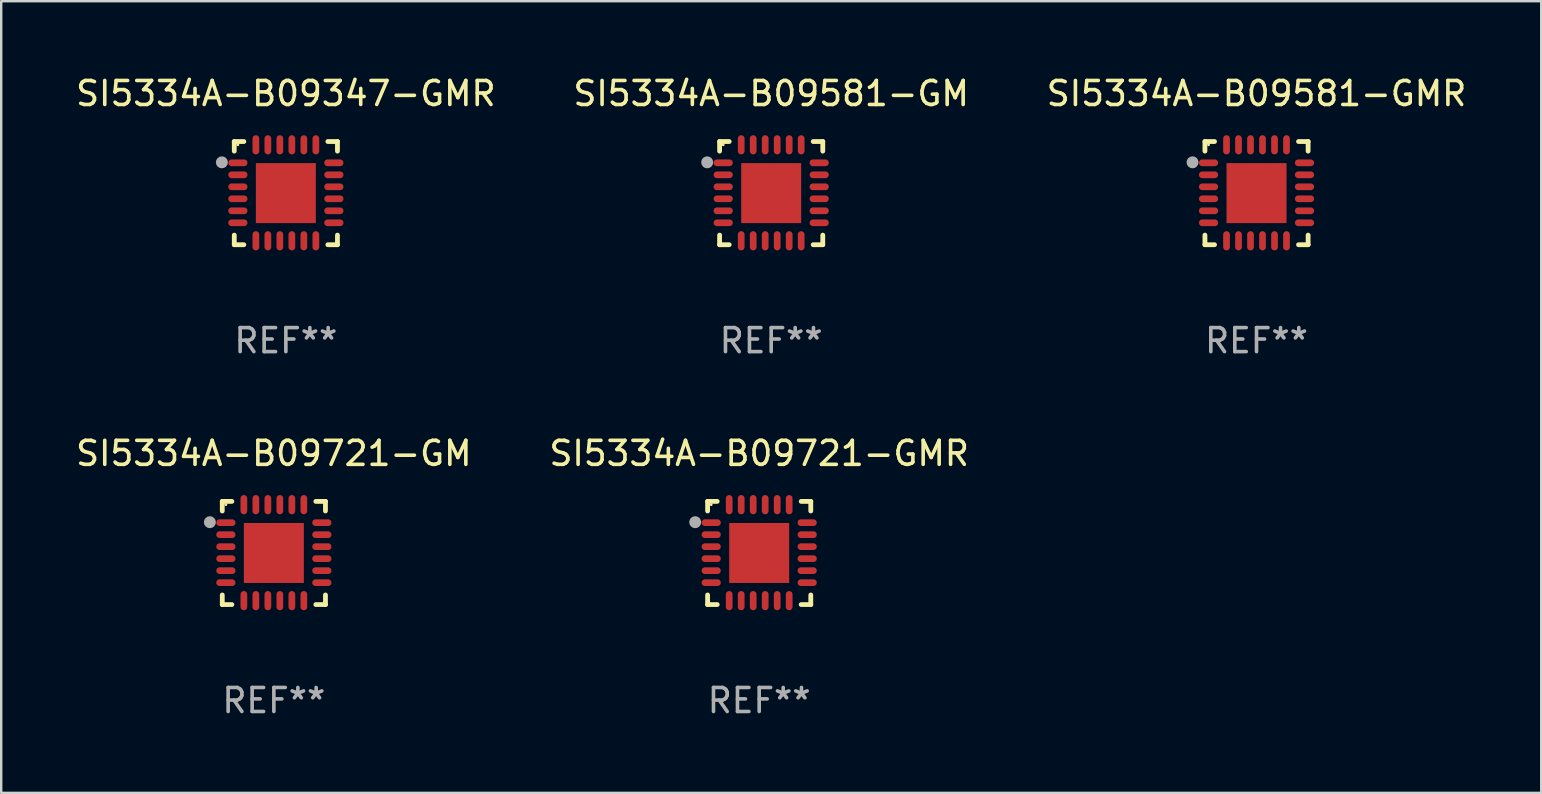
<source format=kicad_pcb>
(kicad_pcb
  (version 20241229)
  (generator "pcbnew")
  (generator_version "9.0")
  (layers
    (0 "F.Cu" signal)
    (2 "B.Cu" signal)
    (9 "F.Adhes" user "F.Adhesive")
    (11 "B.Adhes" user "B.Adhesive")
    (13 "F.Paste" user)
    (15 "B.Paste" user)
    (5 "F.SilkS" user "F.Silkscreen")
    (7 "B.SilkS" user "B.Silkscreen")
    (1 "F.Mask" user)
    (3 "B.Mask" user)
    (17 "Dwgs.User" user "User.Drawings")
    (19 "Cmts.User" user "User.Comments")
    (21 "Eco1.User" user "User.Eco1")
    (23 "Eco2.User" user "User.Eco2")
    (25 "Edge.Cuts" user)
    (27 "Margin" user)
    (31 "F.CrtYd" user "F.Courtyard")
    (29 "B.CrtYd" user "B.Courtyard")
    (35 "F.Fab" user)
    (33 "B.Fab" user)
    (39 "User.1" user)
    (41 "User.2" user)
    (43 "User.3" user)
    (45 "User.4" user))
  (footprint "SI5334A-B09347-GMR"
    (layer "F.Cu")
    (at 8.863 4.998)
    (property "Reference" "SI5334A-B09347-GMR" (at 0 -4.15 0) (layer "F.SilkS") (effects (font (size 1 1) (thickness 0.15))))
    (attr through_hole)
    (fp_line (start -2.15 -2.15) (end -1.75 -2.15) (stroke (width 0.2) (type solid)) (layer "F.SilkS"))
    (fp_line (start -2.15 -1.75) (end -2.15 -2.15) (stroke (width 0.2) (type solid)) (layer "F.SilkS"))
    (fp_line (start -2.15 2.15) (end -2.15 1.75) (stroke (width 0.2) (type solid)) (layer "F.SilkS"))
    (fp_line (start -1.75 2.15) (end -2.15 2.15) (stroke (width 0.2) (type solid)) (layer "F.SilkS"))
    (fp_line (start 1.75 -2.15) (end 2.15 -2.15) (stroke (width 0.2) (type solid)) (layer "F.SilkS"))
    (fp_line (start 1.75 2.15) (end 2.15 2.15) (stroke (width 0.2) (type solid)) (layer "F.SilkS"))
    (fp_line (start 2.15 -2.15) (end 2.15 -1.75) (stroke (width 0.2) (type solid)) (layer "F.SilkS"))
    (fp_line (start 2.15 2.15) (end 2.15 1.75) (stroke (width 0.2) (type solid)) (layer "F.SilkS"))
    (fp_circle (center -2 -2.013) (end -1.97 -2.013) (stroke (width 0.06) (type solid)) (fill no) (layer "F.SilkS"))
    (fp_circle (center -2.667 -1.283) (end -2.542 -1.283) (stroke (width 0.25) (type solid)) (fill no) (layer "F.Fab"))
    (fp_text user "REF**" (at 0 6.15 0) (layer "F.Fab") (effects (font (size 1 1) (thickness 0.15))))
    (pad "1" smd oval (at -2 -1.263) (size 0.8 0.28) (layers "F.Cu" "F.Mask" "F.Paste"))
    (pad "2" smd oval (at -2 -0.763) (size 0.8 0.28) (layers "F.Cu" "F.Mask" "F.Paste"))
    (pad "3" smd oval (at -2 -0.263) (size 0.8 0.28) (layers "F.Cu" "F.Mask" "F.Paste"))
    (pad "4" smd oval (at -2 0.237) (size 0.8 0.28) (layers "F.Cu" "F.Mask" "F.Paste"))
    (pad "5" smd oval (at -2 0.737) (size 0.8 0.28) (layers "F.Cu" "F.Mask" "F.Paste"))
    (pad "6" smd oval (at -2 1.237) (size 0.8 0.28) (layers "F.Cu" "F.Mask" "F.Paste"))
    (pad "7" smd oval (at -1.25 1.987) (size 0.28 0.8) (layers "F.Cu" "F.Mask" "F.Paste"))
    (pad "8" smd oval (at -0.75 1.987) (size 0.28 0.8) (layers "F.Cu" "F.Mask" "F.Paste"))
    (pad "9" smd oval (at -0.25 1.987) (size 0.28 0.8) (layers "F.Cu" "F.Mask" "F.Paste"))
    (pad "10" smd oval (at 0.25 1.987) (size 0.28 0.8) (layers "F.Cu" "F.Mask" "F.Paste"))
    (pad "11" smd oval (at 0.75 1.987) (size 0.28 0.8) (layers "F.Cu" "F.Mask" "F.Paste"))
    (pad "12" smd oval (at 1.25 1.987) (size 0.28 0.8) (layers "F.Cu" "F.Mask" "F.Paste"))
    (pad "13" smd oval (at 2 1.237) (size 0.8 0.28) (layers "F.Cu" "F.Mask" "F.Paste"))
    (pad "14" smd oval (at 2 0.737) (size 0.8 0.28) (layers "F.Cu" "F.Mask" "F.Paste"))
    (pad "15" smd oval (at 2 0.237) (size 0.8 0.28) (layers "F.Cu" "F.Mask" "F.Paste"))
    (pad "16" smd oval (at 2 -0.263) (size 0.8 0.28) (layers "F.Cu" "F.Mask" "F.Paste"))
    (pad "17" smd oval (at 2 -0.763) (size 0.8 0.28) (layers "F.Cu" "F.Mask" "F.Paste"))
    (pad "18" smd oval (at 2 -1.263) (size 0.8 0.28) (layers "F.Cu" "F.Mask" "F.Paste"))
    (pad "19" smd oval (at 1.25 -2.013) (size 0.28 0.8) (layers "F.Cu" "F.Mask" "F.Paste"))
    (pad "20" smd oval (at 0.75 -2.013) (size 0.28 0.8) (layers "F.Cu" "F.Mask" "F.Paste"))
    (pad "21" smd oval (at 0.25 -2.013) (size 0.28 0.8) (layers "F.Cu" "F.Mask" "F.Paste"))
    (pad "22" smd oval (at -0.25 -2.013) (size 0.28 0.8) (layers "F.Cu" "F.Mask" "F.Paste"))
    (pad "23" smd oval (at -0.75 -2.013) (size 0.28 0.8) (layers "F.Cu" "F.Mask" "F.Paste"))
    (pad "24" smd oval (at -1.25 -2.013) (size 0.28 0.8) (layers "F.Cu" "F.Mask" "F.Paste"))
    (pad "25" smd rect (at -0.000127 -0.00014) (size 2.5 2.5) (layers "F.Cu" "F.Mask" "F.Paste")))
  (footprint "SI5334A-B09721-GMR"
    (layer "F.Cu")
    (at 28.589 19.995)
    (property "Reference" "SI5334A-B09721-GMR" (at 0 -4.15 0) (layer "F.SilkS") (effects (font (size 1 1) (thickness 0.15))))
    (attr through_hole)
    (fp_line (start -2.15 -2.15) (end -1.75 -2.15) (stroke (width 0.2) (type solid)) (layer "F.SilkS"))
    (fp_line (start -2.15 -1.75) (end -2.15 -2.15) (stroke (width 0.2) (type solid)) (layer "F.SilkS"))
    (fp_line (start -2.15 2.15) (end -2.15 1.75) (stroke (width 0.2) (type solid)) (layer "F.SilkS"))
    (fp_line (start -1.75 2.15) (end -2.15 2.15) (stroke (width 0.2) (type solid)) (layer "F.SilkS"))
    (fp_line (start 1.75 -2.15) (end 2.15 -2.15) (stroke (width 0.2) (type solid)) (layer "F.SilkS"))
    (fp_line (start 1.75 2.15) (end 2.15 2.15) (stroke (width 0.2) (type solid)) (layer "F.SilkS"))
    (fp_line (start 2.15 -2.15) (end 2.15 -1.75) (stroke (width 0.2) (type solid)) (layer "F.SilkS"))
    (fp_line (start 2.15 2.15) (end 2.15 1.75) (stroke (width 0.2) (type solid)) (layer "F.SilkS"))
    (fp_circle (center -2 -2.013) (end -1.97 -2.013) (stroke (width 0.06) (type solid)) (fill no) (layer "F.SilkS"))
    (fp_circle (center -2.667 -1.283) (end -2.542 -1.283) (stroke (width 0.25) (type solid)) (fill no) (layer "F.Fab"))
    (fp_text user "REF**" (at 0 6.15 0) (layer "F.Fab") (effects (font (size 1 1) (thickness 0.15))))
    (pad "1" smd oval (at -2 -1.263) (size 0.8 0.28) (layers "F.Cu" "F.Mask" "F.Paste"))
    (pad "2" smd oval (at -2 -0.763) (size 0.8 0.28) (layers "F.Cu" "F.Mask" "F.Paste"))
    (pad "3" smd oval (at -2 -0.263) (size 0.8 0.28) (layers "F.Cu" "F.Mask" "F.Paste"))
    (pad "4" smd oval (at -2 0.237) (size 0.8 0.28) (layers "F.Cu" "F.Mask" "F.Paste"))
    (pad "5" smd oval (at -2 0.737) (size 0.8 0.28) (layers "F.Cu" "F.Mask" "F.Paste"))
    (pad "6" smd oval (at -2 1.237) (size 0.8 0.28) (layers "F.Cu" "F.Mask" "F.Paste"))
    (pad "7" smd oval (at -1.25 1.987) (size 0.28 0.8) (layers "F.Cu" "F.Mask" "F.Paste"))
    (pad "8" smd oval (at -0.75 1.987) (size 0.28 0.8) (layers "F.Cu" "F.Mask" "F.Paste"))
    (pad "9" smd oval (at -0.25 1.987) (size 0.28 0.8) (layers "F.Cu" "F.Mask" "F.Paste"))
    (pad "10" smd oval (at 0.25 1.987) (size 0.28 0.8) (layers "F.Cu" "F.Mask" "F.Paste"))
    (pad "11" smd oval (at 0.75 1.987) (size 0.28 0.8) (layers "F.Cu" "F.Mask" "F.Paste"))
    (pad "12" smd oval (at 1.25 1.987) (size 0.28 0.8) (layers "F.Cu" "F.Mask" "F.Paste"))
    (pad "13" smd oval (at 2 1.237) (size 0.8 0.28) (layers "F.Cu" "F.Mask" "F.Paste"))
    (pad "14" smd oval (at 2 0.737) (size 0.8 0.28) (layers "F.Cu" "F.Mask" "F.Paste"))
    (pad "15" smd oval (at 2 0.237) (size 0.8 0.28) (layers "F.Cu" "F.Mask" "F.Paste"))
    (pad "16" smd oval (at 2 -0.263) (size 0.8 0.28) (layers "F.Cu" "F.Mask" "F.Paste"))
    (pad "17" smd oval (at 2 -0.763) (size 0.8 0.28) (layers "F.Cu" "F.Mask" "F.Paste"))
    (pad "18" smd oval (at 2 -1.263) (size 0.8 0.28) (layers "F.Cu" "F.Mask" "F.Paste"))
    (pad "19" smd oval (at 1.25 -2.013) (size 0.28 0.8) (layers "F.Cu" "F.Mask" "F.Paste"))
    (pad "20" smd oval (at 0.75 -2.013) (size 0.28 0.8) (layers "F.Cu" "F.Mask" "F.Paste"))
    (pad "21" smd oval (at 0.25 -2.013) (size 0.28 0.8) (layers "F.Cu" "F.Mask" "F.Paste"))
    (pad "22" smd oval (at -0.25 -2.013) (size 0.28 0.8) (layers "F.Cu" "F.Mask" "F.Paste"))
    (pad "23" smd oval (at -0.75 -2.013) (size 0.28 0.8) (layers "F.Cu" "F.Mask" "F.Paste"))
    (pad "24" smd oval (at -1.25 -2.013) (size 0.28 0.8) (layers "F.Cu" "F.Mask" "F.Paste"))
    (pad "25" smd rect (at -0.000127 -0.00014) (size 2.5 2.5) (layers "F.Cu" "F.Mask" "F.Paste")))
  (footprint "SI5334A-B09581-GM"
    (layer "F.Cu")
    (at 29.089 4.998)
    (property "Reference" "SI5334A-B09581-GM" (at 0 -4.15 0) (layer "F.SilkS") (effects (font (size 1 1) (thickness 0.15))))
    (attr through_hole)
    (fp_line (start -2.15 -2.15) (end -1.75 -2.15) (stroke (width 0.2) (type solid)) (layer "F.SilkS"))
    (fp_line (start -2.15 -1.75) (end -2.15 -2.15) (stroke (width 0.2) (type solid)) (layer "F.SilkS"))
    (fp_line (start -2.15 2.15) (end -2.15 1.75) (stroke (width 0.2) (type solid)) (layer "F.SilkS"))
    (fp_line (start -1.75 2.15) (end -2.15 2.15) (stroke (width 0.2) (type solid)) (layer "F.SilkS"))
    (fp_line (start 1.75 -2.15) (end 2.15 -2.15) (stroke (width 0.2) (type solid)) (layer "F.SilkS"))
    (fp_line (start 1.75 2.15) (end 2.15 2.15) (stroke (width 0.2) (type solid)) (layer "F.SilkS"))
    (fp_line (start 2.15 -2.15) (end 2.15 -1.75) (stroke (width 0.2) (type solid)) (layer "F.SilkS"))
    (fp_line (start 2.15 2.15) (end 2.15 1.75) (stroke (width 0.2) (type solid)) (layer "F.SilkS"))
    (fp_circle (center -2 -2.013) (end -1.97 -2.013) (stroke (width 0.06) (type solid)) (fill no) (layer "F.SilkS"))
    (fp_circle (center -2.667 -1.283) (end -2.542 -1.283) (stroke (width 0.25) (type solid)) (fill no) (layer "F.Fab"))
    (fp_text user "REF**" (at 0 6.15 0) (layer "F.Fab") (effects (font (size 1 1) (thickness 0.15))))
    (pad "1" smd oval (at -2 -1.263) (size 0.8 0.28) (layers "F.Cu" "F.Mask" "F.Paste"))
    (pad "2" smd oval (at -2 -0.763) (size 0.8 0.28) (layers "F.Cu" "F.Mask" "F.Paste"))
    (pad "3" smd oval (at -2 -0.263) (size 0.8 0.28) (layers "F.Cu" "F.Mask" "F.Paste"))
    (pad "4" smd oval (at -2 0.237) (size 0.8 0.28) (layers "F.Cu" "F.Mask" "F.Paste"))
    (pad "5" smd oval (at -2 0.737) (size 0.8 0.28) (layers "F.Cu" "F.Mask" "F.Paste"))
    (pad "6" smd oval (at -2 1.237) (size 0.8 0.28) (layers "F.Cu" "F.Mask" "F.Paste"))
    (pad "7" smd oval (at -1.25 1.987) (size 0.28 0.8) (layers "F.Cu" "F.Mask" "F.Paste"))
    (pad "8" smd oval (at -0.75 1.987) (size 0.28 0.8) (layers "F.Cu" "F.Mask" "F.Paste"))
    (pad "9" smd oval (at -0.25 1.987) (size 0.28 0.8) (layers "F.Cu" "F.Mask" "F.Paste"))
    (pad "10" smd oval (at 0.25 1.987) (size 0.28 0.8) (layers "F.Cu" "F.Mask" "F.Paste"))
    (pad "11" smd oval (at 0.75 1.987) (size 0.28 0.8) (layers "F.Cu" "F.Mask" "F.Paste"))
    (pad "12" smd oval (at 1.25 1.987) (size 0.28 0.8) (layers "F.Cu" "F.Mask" "F.Paste"))
    (pad "13" smd oval (at 2 1.237) (size 0.8 0.28) (layers "F.Cu" "F.Mask" "F.Paste"))
    (pad "14" smd oval (at 2 0.737) (size 0.8 0.28) (layers "F.Cu" "F.Mask" "F.Paste"))
    (pad "15" smd oval (at 2 0.237) (size 0.8 0.28) (layers "F.Cu" "F.Mask" "F.Paste"))
    (pad "16" smd oval (at 2 -0.263) (size 0.8 0.28) (layers "F.Cu" "F.Mask" "F.Paste"))
    (pad "17" smd oval (at 2 -0.763) (size 0.8 0.28) (layers "F.Cu" "F.Mask" "F.Paste"))
    (pad "18" smd oval (at 2 -1.263) (size 0.8 0.28) (layers "F.Cu" "F.Mask" "F.Paste"))
    (pad "19" smd oval (at 1.25 -2.013) (size 0.28 0.8) (layers "F.Cu" "F.Mask" "F.Paste"))
    (pad "20" smd oval (at 0.75 -2.013) (size 0.28 0.8) (layers "F.Cu" "F.Mask" "F.Paste"))
    (pad "21" smd oval (at 0.25 -2.013) (size 0.28 0.8) (layers "F.Cu" "F.Mask" "F.Paste"))
    (pad "22" smd oval (at -0.25 -2.013) (size 0.28 0.8) (layers "F.Cu" "F.Mask" "F.Paste"))
    (pad "23" smd oval (at -0.75 -2.013) (size 0.28 0.8) (layers "F.Cu" "F.Mask" "F.Paste"))
    (pad "24" smd oval (at -1.25 -2.013) (size 0.28 0.8) (layers "F.Cu" "F.Mask" "F.Paste"))
    (pad "25" smd rect (at -0.000127 -0.00014) (size 2.5 2.5) (layers "F.Cu" "F.Mask" "F.Paste")))
  (footprint "SI5334A-B09581-GMR"
    (layer "F.Cu")
    (at 49.315 4.998)
    (property "Reference" "SI5334A-B09581-GMR" (at 0 -4.15 0) (layer "F.SilkS") (effects (font (size 1 1) (thickness 0.15))))
    (attr through_hole)
    (fp_line (start -2.15 -2.15) (end -1.75 -2.15) (stroke (width 0.2) (type solid)) (layer "F.SilkS"))
    (fp_line (start -2.15 -1.75) (end -2.15 -2.15) (stroke (width 0.2) (type solid)) (layer "F.SilkS"))
    (fp_line (start -2.15 2.15) (end -2.15 1.75) (stroke (width 0.2) (type solid)) (layer "F.SilkS"))
    (fp_line (start -1.75 2.15) (end -2.15 2.15) (stroke (width 0.2) (type solid)) (layer "F.SilkS"))
    (fp_line (start 1.75 -2.15) (end 2.15 -2.15) (stroke (width 0.2) (type solid)) (layer "F.SilkS"))
    (fp_line (start 1.75 2.15) (end 2.15 2.15) (stroke (width 0.2) (type solid)) (layer "F.SilkS"))
    (fp_line (start 2.15 -2.15) (end 2.15 -1.75) (stroke (width 0.2) (type solid)) (layer "F.SilkS"))
    (fp_line (start 2.15 2.15) (end 2.15 1.75) (stroke (width 0.2) (type solid)) (layer "F.SilkS"))
    (fp_circle (center -2 -2.013) (end -1.97 -2.013) (stroke (width 0.06) (type solid)) (fill no) (layer "F.SilkS"))
    (fp_circle (center -2.667 -1.283) (end -2.542 -1.283) (stroke (width 0.25) (type solid)) (fill no) (layer "F.Fab"))
    (fp_text user "REF**" (at 0 6.15 0) (layer "F.Fab") (effects (font (size 1 1) (thickness 0.15))))
    (pad "1" smd oval (at -2 -1.263) (size 0.8 0.28) (layers "F.Cu" "F.Mask" "F.Paste"))
    (pad "2" smd oval (at -2 -0.763) (size 0.8 0.28) (layers "F.Cu" "F.Mask" "F.Paste"))
    (pad "3" smd oval (at -2 -0.263) (size 0.8 0.28) (layers "F.Cu" "F.Mask" "F.Paste"))
    (pad "4" smd oval (at -2 0.237) (size 0.8 0.28) (layers "F.Cu" "F.Mask" "F.Paste"))
    (pad "5" smd oval (at -2 0.737) (size 0.8 0.28) (layers "F.Cu" "F.Mask" "F.Paste"))
    (pad "6" smd oval (at -2 1.237) (size 0.8 0.28) (layers "F.Cu" "F.Mask" "F.Paste"))
    (pad "7" smd oval (at -1.25 1.987) (size 0.28 0.8) (layers "F.Cu" "F.Mask" "F.Paste"))
    (pad "8" smd oval (at -0.75 1.987) (size 0.28 0.8) (layers "F.Cu" "F.Mask" "F.Paste"))
    (pad "9" smd oval (at -0.25 1.987) (size 0.28 0.8) (layers "F.Cu" "F.Mask" "F.Paste"))
    (pad "10" smd oval (at 0.25 1.987) (size 0.28 0.8) (layers "F.Cu" "F.Mask" "F.Paste"))
    (pad "11" smd oval (at 0.75 1.987) (size 0.28 0.8) (layers "F.Cu" "F.Mask" "F.Paste"))
    (pad "12" smd oval (at 1.25 1.987) (size 0.28 0.8) (layers "F.Cu" "F.Mask" "F.Paste"))
    (pad "13" smd oval (at 2 1.237) (size 0.8 0.28) (layers "F.Cu" "F.Mask" "F.Paste"))
    (pad "14" smd oval (at 2 0.737) (size 0.8 0.28) (layers "F.Cu" "F.Mask" "F.Paste"))
    (pad "15" smd oval (at 2 0.237) (size 0.8 0.28) (layers "F.Cu" "F.Mask" "F.Paste"))
    (pad "16" smd oval (at 2 -0.263) (size 0.8 0.28) (layers "F.Cu" "F.Mask" "F.Paste"))
    (pad "17" smd oval (at 2 -0.763) (size 0.8 0.28) (layers "F.Cu" "F.Mask" "F.Paste"))
    (pad "18" smd oval (at 2 -1.263) (size 0.8 0.28) (layers "F.Cu" "F.Mask" "F.Paste"))
    (pad "19" smd oval (at 1.25 -2.013) (size 0.28 0.8) (layers "F.Cu" "F.Mask" "F.Paste"))
    (pad "20" smd oval (at 0.75 -2.013) (size 0.28 0.8) (layers "F.Cu" "F.Mask" "F.Paste"))
    (pad "21" smd oval (at 0.25 -2.013) (size 0.28 0.8) (layers "F.Cu" "F.Mask" "F.Paste"))
    (pad "22" smd oval (at -0.25 -2.013) (size 0.28 0.8) (layers "F.Cu" "F.Mask" "F.Paste"))
    (pad "23" smd oval (at -0.75 -2.013) (size 0.28 0.8) (layers "F.Cu" "F.Mask" "F.Paste"))
    (pad "24" smd oval (at -1.25 -2.013) (size 0.28 0.8) (layers "F.Cu" "F.Mask" "F.Paste"))
    (pad "25" smd rect (at -0.000127 -0.00014) (size 2.5 2.5) (layers "F.Cu" "F.Mask" "F.Paste")))
  (footprint "SI5334A-B09721-GM"
    (layer "F.Cu")
    (at 8.363 19.995)
    (property "Reference" "SI5334A-B09721-GM" (at 0 -4.15 0) (layer "F.SilkS") (effects (font (size 1 1) (thickness 0.15))))
    (attr through_hole)
    (fp_line (start -2.15 -2.15) (end -1.75 -2.15) (stroke (width 0.2) (type solid)) (layer "F.SilkS"))
    (fp_line (start -2.15 -1.75) (end -2.15 -2.15) (stroke (width 0.2) (type solid)) (layer "F.SilkS"))
    (fp_line (start -2.15 2.15) (end -2.15 1.75) (stroke (width 0.2) (type solid)) (layer "F.SilkS"))
    (fp_line (start -1.75 2.15) (end -2.15 2.15) (stroke (width 0.2) (type solid)) (layer "F.SilkS"))
    (fp_line (start 1.75 -2.15) (end 2.15 -2.15) (stroke (width 0.2) (type solid)) (layer "F.SilkS"))
    (fp_line (start 1.75 2.15) (end 2.15 2.15) (stroke (width 0.2) (type solid)) (layer "F.SilkS"))
    (fp_line (start 2.15 -2.15) (end 2.15 -1.75) (stroke (width 0.2) (type solid)) (layer "F.SilkS"))
    (fp_line (start 2.15 2.15) (end 2.15 1.75) (stroke (width 0.2) (type solid)) (layer "F.SilkS"))
    (fp_circle (center -2 -2.013) (end -1.97 -2.013) (stroke (width 0.06) (type solid)) (fill no) (layer "F.SilkS"))
    (fp_circle (center -2.667 -1.283) (end -2.542 -1.283) (stroke (width 0.25) (type solid)) (fill no) (layer "F.Fab"))
    (fp_text user "REF**" (at 0 6.15 0) (layer "F.Fab") (effects (font (size 1 1) (thickness 0.15))))
    (pad "1" smd oval (at -2 -1.263) (size 0.8 0.28) (layers "F.Cu" "F.Mask" "F.Paste"))
    (pad "2" smd oval (at -2 -0.763) (size 0.8 0.28) (layers "F.Cu" "F.Mask" "F.Paste"))
    (pad "3" smd oval (at -2 -0.263) (size 0.8 0.28) (layers "F.Cu" "F.Mask" "F.Paste"))
    (pad "4" smd oval (at -2 0.237) (size 0.8 0.28) (layers "F.Cu" "F.Mask" "F.Paste"))
    (pad "5" smd oval (at -2 0.737) (size 0.8 0.28) (layers "F.Cu" "F.Mask" "F.Paste"))
    (pad "6" smd oval (at -2 1.237) (size 0.8 0.28) (layers "F.Cu" "F.Mask" "F.Paste"))
    (pad "7" smd oval (at -1.25 1.987) (size 0.28 0.8) (layers "F.Cu" "F.Mask" "F.Paste"))
    (pad "8" smd oval (at -0.75 1.987) (size 0.28 0.8) (layers "F.Cu" "F.Mask" "F.Paste"))
    (pad "9" smd oval (at -0.25 1.987) (size 0.28 0.8) (layers "F.Cu" "F.Mask" "F.Paste"))
    (pad "10" smd oval (at 0.25 1.987) (size 0.28 0.8) (layers "F.Cu" "F.Mask" "F.Paste"))
    (pad "11" smd oval (at 0.75 1.987) (size 0.28 0.8) (layers "F.Cu" "F.Mask" "F.Paste"))
    (pad "12" smd oval (at 1.25 1.987) (size 0.28 0.8) (layers "F.Cu" "F.Mask" "F.Paste"))
    (pad "13" smd oval (at 2 1.237) (size 0.8 0.28) (layers "F.Cu" "F.Mask" "F.Paste"))
    (pad "14" smd oval (at 2 0.737) (size 0.8 0.28) (layers "F.Cu" "F.Mask" "F.Paste"))
    (pad "15" smd oval (at 2 0.237) (size 0.8 0.28) (layers "F.Cu" "F.Mask" "F.Paste"))
    (pad "16" smd oval (at 2 -0.263) (size 0.8 0.28) (layers "F.Cu" "F.Mask" "F.Paste"))
    (pad "17" smd oval (at 2 -0.763) (size 0.8 0.28) (layers "F.Cu" "F.Mask" "F.Paste"))
    (pad "18" smd oval (at 2 -1.263) (size 0.8 0.28) (layers "F.Cu" "F.Mask" "F.Paste"))
    (pad "19" smd oval (at 1.25 -2.013) (size 0.28 0.8) (layers "F.Cu" "F.Mask" "F.Paste"))
    (pad "20" smd oval (at 0.75 -2.013) (size 0.28 0.8) (layers "F.Cu" "F.Mask" "F.Paste"))
    (pad "21" smd oval (at 0.25 -2.013) (size 0.28 0.8) (layers "F.Cu" "F.Mask" "F.Paste"))
    (pad "22" smd oval (at -0.25 -2.013) (size 0.28 0.8) (layers "F.Cu" "F.Mask" "F.Paste"))
    (pad "23" smd oval (at -0.75 -2.013) (size 0.28 0.8) (layers "F.Cu" "F.Mask" "F.Paste"))
    (pad "24" smd oval (at -1.25 -2.013) (size 0.28 0.8) (layers "F.Cu" "F.Mask" "F.Paste"))
    (pad "25" smd rect (at -0.000127 -0.00014) (size 2.5 2.5) (layers "F.Cu" "F.Mask" "F.Paste")))
  (gr_rect
    (start -3 -3)
    (end 61.179 29.993)
    (stroke (width 0.1) (type default))
    (fill no)
    (layer "Edge.Cuts")))
</source>
